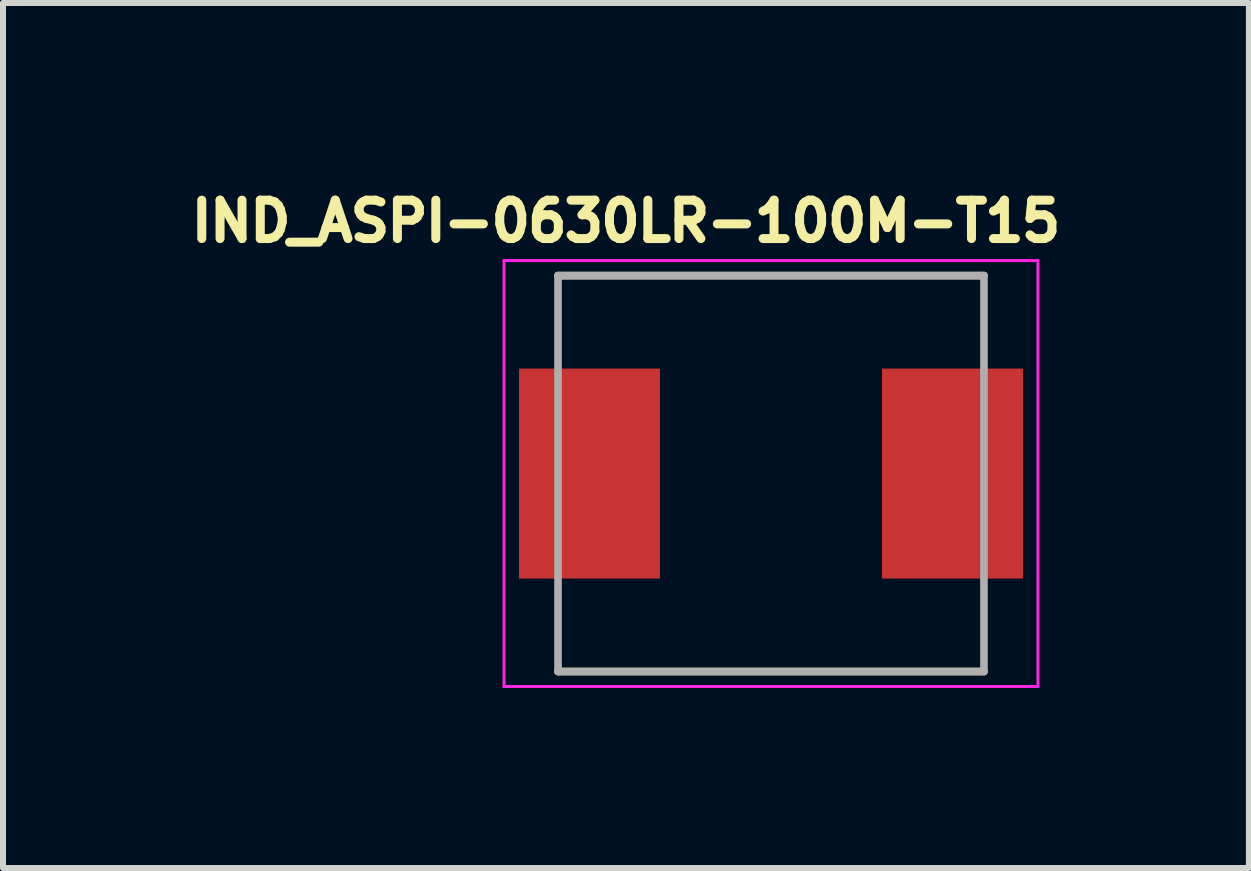
<source format=kicad_pcb>
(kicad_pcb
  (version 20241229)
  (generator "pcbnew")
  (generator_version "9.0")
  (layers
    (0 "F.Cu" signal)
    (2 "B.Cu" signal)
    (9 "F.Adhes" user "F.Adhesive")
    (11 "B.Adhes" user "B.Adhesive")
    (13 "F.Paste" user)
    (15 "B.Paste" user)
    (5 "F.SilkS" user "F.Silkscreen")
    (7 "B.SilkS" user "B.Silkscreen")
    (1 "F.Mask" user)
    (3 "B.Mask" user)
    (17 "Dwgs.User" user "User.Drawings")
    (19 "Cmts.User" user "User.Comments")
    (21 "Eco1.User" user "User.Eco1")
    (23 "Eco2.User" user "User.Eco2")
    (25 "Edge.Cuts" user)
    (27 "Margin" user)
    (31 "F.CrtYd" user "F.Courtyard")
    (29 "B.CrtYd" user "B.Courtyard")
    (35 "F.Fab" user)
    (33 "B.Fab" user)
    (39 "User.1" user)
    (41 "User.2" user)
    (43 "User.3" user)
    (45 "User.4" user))
  (footprint "IND_ASPI-0630LR-100M-T15"
    (layer "F.Cu")
    (at 9.802 4.844)
    (property "Reference" "IND_ASPI-0630LR-100M-T15" (at -2.418 -4.206 0) (layer "F.SilkS") (effects (font (size 0.64 0.64) (thickness 0.15))))
    (attr smd)
    (fp_line (start -3.55 -3.3) (end 3.55 -3.3) (stroke (width 0.127) (type solid)) (layer "F.SilkS"))
    (fp_line (start -3.55 3.3) (end 3.55 3.3) (stroke (width 0.127) (type solid)) (layer "F.SilkS"))
    (fp_line (start -4.45 -3.55) (end -4.45 3.55) (stroke (width 0.05) (type solid)) (layer "F.CrtYd"))
    (fp_line (start -4.45 3.55) (end 4.45 3.55) (stroke (width 0.05) (type solid)) (layer "F.CrtYd"))
    (fp_line (start 4.45 -3.55) (end -4.45 -3.55) (stroke (width 0.05) (type solid)) (layer "F.CrtYd"))
    (fp_line (start 4.45 3.55) (end 4.45 -3.55) (stroke (width 0.05) (type solid)) (layer "F.CrtYd"))
    (fp_line (start -3.55 -3.3) (end -3.55 3.3) (stroke (width 0.127) (type solid)) (layer "F.Fab"))
    (fp_line (start -3.55 -3.3) (end 3.55 -3.3) (stroke (width 0.127) (type solid)) (layer "F.Fab"))
    (fp_line (start -3.55 3.3) (end 3.55 3.3) (stroke (width 0.127) (type solid)) (layer "F.Fab"))
    (fp_line (start 3.55 -3.3) (end 3.55 3.3) (stroke (width 0.127) (type solid)) (layer "F.Fab"))
    (pad "1" smd rect (at -3.025 0) (size 2.35 3.5) (layers "F.Cu" "F.Mask" "F.Paste"))
    (pad "2" smd rect (at 3.025 0) (size 2.35 3.5) (layers "F.Cu" "F.Mask" "F.Paste")))
  (gr_rect
    (start -3 -3)
    (end 17.768 11.419)
    (stroke (width 0.1) (type default))
    (fill no)
    (layer "Edge.Cuts")))
</source>
